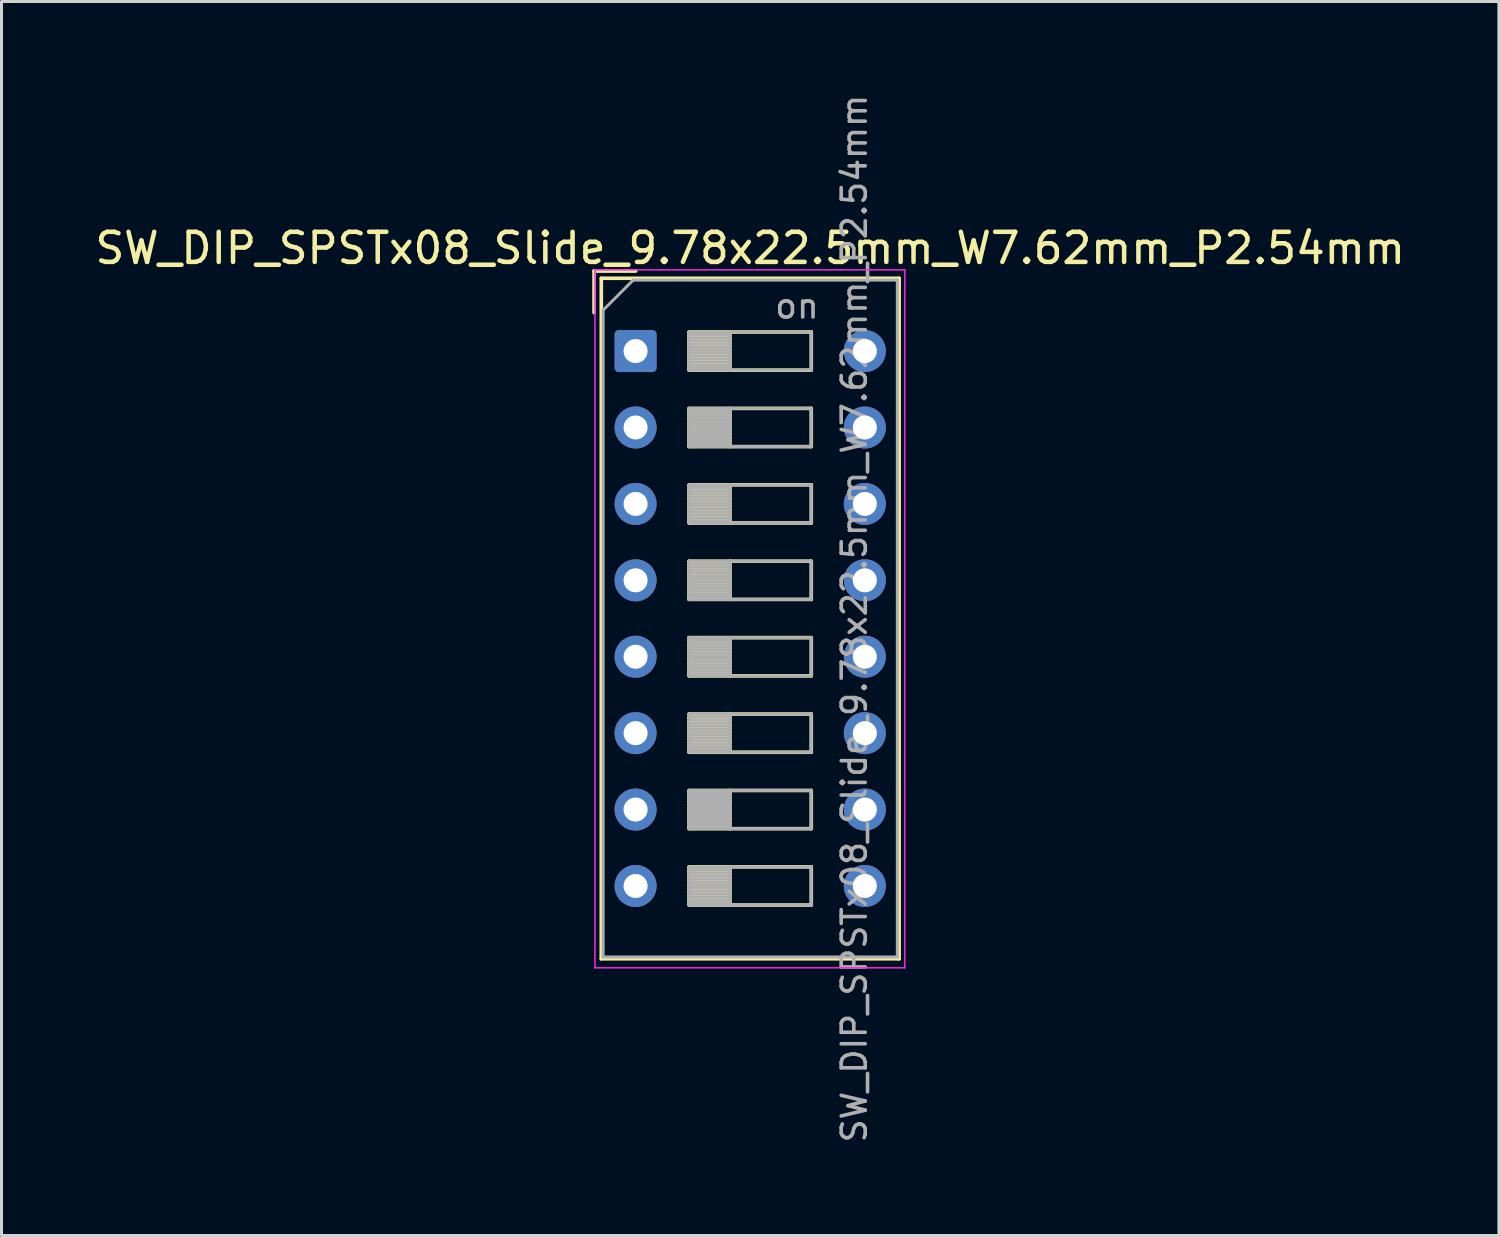
<source format=kicad_pcb>
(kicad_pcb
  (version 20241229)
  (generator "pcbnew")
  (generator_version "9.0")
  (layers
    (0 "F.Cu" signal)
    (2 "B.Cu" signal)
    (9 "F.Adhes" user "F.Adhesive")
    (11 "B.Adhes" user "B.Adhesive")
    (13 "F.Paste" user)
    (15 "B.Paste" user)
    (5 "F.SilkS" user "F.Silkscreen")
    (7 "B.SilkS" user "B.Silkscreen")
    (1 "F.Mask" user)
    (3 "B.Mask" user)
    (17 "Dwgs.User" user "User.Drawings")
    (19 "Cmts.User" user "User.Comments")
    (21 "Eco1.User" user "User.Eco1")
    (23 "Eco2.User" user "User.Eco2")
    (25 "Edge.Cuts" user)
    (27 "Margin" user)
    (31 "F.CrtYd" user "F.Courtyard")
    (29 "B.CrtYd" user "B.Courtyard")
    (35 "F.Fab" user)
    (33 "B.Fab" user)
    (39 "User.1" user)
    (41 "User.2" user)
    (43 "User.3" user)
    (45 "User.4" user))
  (footprint "SW_DIP_SPSTx08_Slide_9.78x22.5mm_W7.62mm_P2.54mm"
    (layer "F.Cu")
    (at 18.077 8.62)
    (property "Reference" "SW_DIP_SPSTx08_Slide_9.78x22.5mm_W7.62mm_P2.54mm" (at 3.81 -3.42 0) (layer "F.SilkS") (effects (font (size 1 1) (thickness 0.15))))
    (attr through_hole)
    (fp_line (start -1.38 -2.66) (end -1.38 -1.277) (stroke (width 0.12) (type solid)) (layer "F.SilkS"))
    (fp_line (start -1.38 -2.66) (end 0.004 -2.66) (stroke (width 0.12) (type solid)) (layer "F.SilkS"))
    (fp_line (start -1.14 -2.42) (end -1.14 20.201) (stroke (width 0.12) (type solid)) (layer "F.SilkS"))
    (fp_line (start -1.14 -2.42) (end 8.76 -2.42) (stroke (width 0.12) (type solid)) (layer "F.SilkS"))
    (fp_line (start -1.14 20.201) (end 8.76 20.201) (stroke (width 0.12) (type solid)) (layer "F.SilkS"))
    (fp_line (start 1.78 -0.635) (end 1.78 0.635) (stroke (width 0.12) (type solid)) (layer "F.SilkS"))
    (fp_line (start 1.78 -0.515) (end 3.133 -0.515) (stroke (width 0.12) (type solid)) (layer "F.SilkS"))
    (fp_line (start 1.78 -0.395) (end 3.133 -0.395) (stroke (width 0.12) (type solid)) (layer "F.SilkS"))
    (fp_line (start 1.78 -0.275) (end 3.133 -0.275) (stroke (width 0.12) (type solid)) (layer "F.SilkS"))
    (fp_line (start 1.78 -0.155) (end 3.133 -0.155) (stroke (width 0.12) (type solid)) (layer "F.SilkS"))
    (fp_line (start 1.78 -0.035) (end 3.133 -0.035) (stroke (width 0.12) (type solid)) (layer "F.SilkS"))
    (fp_line (start 1.78 0.085) (end 3.133 0.085) (stroke (width 0.12) (type solid)) (layer "F.SilkS"))
    (fp_line (start 1.78 0.205) (end 3.133 0.205) (stroke (width 0.12) (type solid)) (layer "F.SilkS"))
    (fp_line (start 1.78 0.325) (end 3.133 0.325) (stroke (width 0.12) (type solid)) (layer "F.SilkS"))
    (fp_line (start 1.78 0.445) (end 3.133 0.445) (stroke (width 0.12) (type solid)) (layer "F.SilkS"))
    (fp_line (start 1.78 0.565) (end 3.133 0.565) (stroke (width 0.12) (type solid)) (layer "F.SilkS"))
    (fp_line (start 1.78 0.635) (end 5.84 0.635) (stroke (width 0.12) (type solid)) (layer "F.SilkS"))
    (fp_line (start 1.78 1.905) (end 1.78 3.175) (stroke (width 0.12) (type solid)) (layer "F.SilkS"))
    (fp_line (start 1.78 2.025) (end 3.133 2.025) (stroke (width 0.12) (type solid)) (layer "F.SilkS"))
    (fp_line (start 1.78 2.145) (end 3.133 2.145) (stroke (width 0.12) (type solid)) (layer "F.SilkS"))
    (fp_line (start 1.78 2.265) (end 3.133 2.265) (stroke (width 0.12) (type solid)) (layer "F.SilkS"))
    (fp_line (start 1.78 2.385) (end 3.133 2.385) (stroke (width 0.12) (type solid)) (layer "F.SilkS"))
    (fp_line (start 1.78 2.505) (end 3.133 2.505) (stroke (width 0.12) (type solid)) (layer "F.SilkS"))
    (fp_line (start 1.78 2.625) (end 3.133 2.625) (stroke (width 0.12) (type solid)) (layer "F.SilkS"))
    (fp_line (start 1.78 2.745) (end 3.133 2.745) (stroke (width 0.12) (type solid)) (layer "F.SilkS"))
    (fp_line (start 1.78 2.865) (end 3.133 2.865) (stroke (width 0.12) (type solid)) (layer "F.SilkS"))
    (fp_line (start 1.78 2.985) (end 3.133 2.985) (stroke (width 0.12) (type solid)) (layer "F.SilkS"))
    (fp_line (start 1.78 3.105) (end 3.133 3.105) (stroke (width 0.12) (type solid)) (layer "F.SilkS"))
    (fp_line (start 1.78 3.175) (end 5.84 3.175) (stroke (width 0.12) (type solid)) (layer "F.SilkS"))
    (fp_line (start 1.78 4.445) (end 1.78 5.715) (stroke (width 0.12) (type solid)) (layer "F.SilkS"))
    (fp_line (start 1.78 4.565) (end 3.133 4.565) (stroke (width 0.12) (type solid)) (layer "F.SilkS"))
    (fp_line (start 1.78 4.685) (end 3.133 4.685) (stroke (width 0.12) (type solid)) (layer "F.SilkS"))
    (fp_line (start 1.78 4.805) (end 3.133 4.805) (stroke (width 0.12) (type solid)) (layer "F.SilkS"))
    (fp_line (start 1.78 4.925) (end 3.133 4.925) (stroke (width 0.12) (type solid)) (layer "F.SilkS"))
    (fp_line (start 1.78 5.045) (end 3.133 5.045) (stroke (width 0.12) (type solid)) (layer "F.SilkS"))
    (fp_line (start 1.78 5.165) (end 3.133 5.165) (stroke (width 0.12) (type solid)) (layer "F.SilkS"))
    (fp_line (start 1.78 5.285) (end 3.133 5.285) (stroke (width 0.12) (type solid)) (layer "F.SilkS"))
    (fp_line (start 1.78 5.405) (end 3.133 5.405) (stroke (width 0.12) (type solid)) (layer "F.SilkS"))
    (fp_line (start 1.78 5.525) (end 3.133 5.525) (stroke (width 0.12) (type solid)) (layer "F.SilkS"))
    (fp_line (start 1.78 5.645) (end 3.133 5.645) (stroke (width 0.12) (type solid)) (layer "F.SilkS"))
    (fp_line (start 1.78 5.715) (end 5.84 5.715) (stroke (width 0.12) (type solid)) (layer "F.SilkS"))
    (fp_line (start 1.78 6.985) (end 1.78 8.255) (stroke (width 0.12) (type solid)) (layer "F.SilkS"))
    (fp_line (start 1.78 7.105) (end 3.133 7.105) (stroke (width 0.12) (type solid)) (layer "F.SilkS"))
    (fp_line (start 1.78 7.225) (end 3.133 7.225) (stroke (width 0.12) (type solid)) (layer "F.SilkS"))
    (fp_line (start 1.78 7.345) (end 3.133 7.345) (stroke (width 0.12) (type solid)) (layer "F.SilkS"))
    (fp_line (start 1.78 7.465) (end 3.133 7.465) (stroke (width 0.12) (type solid)) (layer "F.SilkS"))
    (fp_line (start 1.78 7.585) (end 3.133 7.585) (stroke (width 0.12) (type solid)) (layer "F.SilkS"))
    (fp_line (start 1.78 7.705) (end 3.133 7.705) (stroke (width 0.12) (type solid)) (layer "F.SilkS"))
    (fp_line (start 1.78 7.825) (end 3.133 7.825) (stroke (width 0.12) (type solid)) (layer "F.SilkS"))
    (fp_line (start 1.78 7.945) (end 3.133 7.945) (stroke (width 0.12) (type solid)) (layer "F.SilkS"))
    (fp_line (start 1.78 8.065) (end 3.133 8.065) (stroke (width 0.12) (type solid)) (layer "F.SilkS"))
    (fp_line (start 1.78 8.185) (end 3.133 8.185) (stroke (width 0.12) (type solid)) (layer "F.SilkS"))
    (fp_line (start 1.78 8.255) (end 5.84 8.255) (stroke (width 0.12) (type solid)) (layer "F.SilkS"))
    (fp_line (start 1.78 9.525) (end 1.78 10.795) (stroke (width 0.12) (type solid)) (layer "F.SilkS"))
    (fp_line (start 1.78 9.645) (end 3.133 9.645) (stroke (width 0.12) (type solid)) (layer "F.SilkS"))
    (fp_line (start 1.78 9.765) (end 3.133 9.765) (stroke (width 0.12) (type solid)) (layer "F.SilkS"))
    (fp_line (start 1.78 9.885) (end 3.133 9.885) (stroke (width 0.12) (type solid)) (layer "F.SilkS"))
    (fp_line (start 1.78 10.005) (end 3.133 10.005) (stroke (width 0.12) (type solid)) (layer "F.SilkS"))
    (fp_line (start 1.78 10.125) (end 3.133 10.125) (stroke (width 0.12) (type solid)) (layer "F.SilkS"))
    (fp_line (start 1.78 10.245) (end 3.133 10.245) (stroke (width 0.12) (type solid)) (layer "F.SilkS"))
    (fp_line (start 1.78 10.365) (end 3.133 10.365) (stroke (width 0.12) (type solid)) (layer "F.SilkS"))
    (fp_line (start 1.78 10.485) (end 3.133 10.485) (stroke (width 0.12) (type solid)) (layer "F.SilkS"))
    (fp_line (start 1.78 10.605) (end 3.133 10.605) (stroke (width 0.12) (type solid)) (layer "F.SilkS"))
    (fp_line (start 1.78 10.725) (end 3.133 10.725) (stroke (width 0.12) (type solid)) (layer "F.SilkS"))
    (fp_line (start 1.78 10.795) (end 5.84 10.795) (stroke (width 0.12) (type solid)) (layer "F.SilkS"))
    (fp_line (start 1.78 12.065) (end 1.78 13.335) (stroke (width 0.12) (type solid)) (layer "F.SilkS"))
    (fp_line (start 1.78 12.185) (end 3.133 12.185) (stroke (width 0.12) (type solid)) (layer "F.SilkS"))
    (fp_line (start 1.78 12.305) (end 3.133 12.305) (stroke (width 0.12) (type solid)) (layer "F.SilkS"))
    (fp_line (start 1.78 12.425) (end 3.133 12.425) (stroke (width 0.12) (type solid)) (layer "F.SilkS"))
    (fp_line (start 1.78 12.545) (end 3.133 12.545) (stroke (width 0.12) (type solid)) (layer "F.SilkS"))
    (fp_line (start 1.78 12.665) (end 3.133 12.665) (stroke (width 0.12) (type solid)) (layer "F.SilkS"))
    (fp_line (start 1.78 12.785) (end 3.133 12.785) (stroke (width 0.12) (type solid)) (layer "F.SilkS"))
    (fp_line (start 1.78 12.905) (end 3.133 12.905) (stroke (width 0.12) (type solid)) (layer "F.SilkS"))
    (fp_line (start 1.78 13.025) (end 3.133 13.025) (stroke (width 0.12) (type solid)) (layer "F.SilkS"))
    (fp_line (start 1.78 13.145) (end 3.133 13.145) (stroke (width 0.12) (type solid)) (layer "F.SilkS"))
    (fp_line (start 1.78 13.265) (end 3.133 13.265) (stroke (width 0.12) (type solid)) (layer "F.SilkS"))
    (fp_line (start 1.78 13.335) (end 5.84 13.335) (stroke (width 0.12) (type solid)) (layer "F.SilkS"))
    (fp_line (start 1.78 14.605) (end 1.78 15.875) (stroke (width 0.12) (type solid)) (layer "F.SilkS"))
    (fp_line (start 1.78 14.725) (end 3.133 14.725) (stroke (width 0.12) (type solid)) (layer "F.SilkS"))
    (fp_line (start 1.78 14.845) (end 3.133 14.845) (stroke (width 0.12) (type solid)) (layer "F.SilkS"))
    (fp_line (start 1.78 14.965) (end 3.133 14.965) (stroke (width 0.12) (type solid)) (layer "F.SilkS"))
    (fp_line (start 1.78 15.085) (end 3.133 15.085) (stroke (width 0.12) (type solid)) (layer "F.SilkS"))
    (fp_line (start 1.78 15.205) (end 3.133 15.205) (stroke (width 0.12) (type solid)) (layer "F.SilkS"))
    (fp_line (start 1.78 15.325) (end 3.133 15.325) (stroke (width 0.12) (type solid)) (layer "F.SilkS"))
    (fp_line (start 1.78 15.445) (end 3.133 15.445) (stroke (width 0.12) (type solid)) (layer "F.SilkS"))
    (fp_line (start 1.78 15.565) (end 3.133 15.565) (stroke (width 0.12) (type solid)) (layer "F.SilkS"))
    (fp_line (start 1.78 15.685) (end 3.133 15.685) (stroke (width 0.12) (type solid)) (layer "F.SilkS"))
    (fp_line (start 1.78 15.805) (end 3.133 15.805) (stroke (width 0.12) (type solid)) (layer "F.SilkS"))
    (fp_line (start 1.78 15.875) (end 5.84 15.875) (stroke (width 0.12) (type solid)) (layer "F.SilkS"))
    (fp_line (start 1.78 17.145) (end 1.78 18.415) (stroke (width 0.12) (type solid)) (layer "F.SilkS"))
    (fp_line (start 1.78 17.265) (end 3.133 17.265) (stroke (width 0.12) (type solid)) (layer "F.SilkS"))
    (fp_line (start 1.78 17.385) (end 3.133 17.385) (stroke (width 0.12) (type solid)) (layer "F.SilkS"))
    (fp_line (start 1.78 17.505) (end 3.133 17.505) (stroke (width 0.12) (type solid)) (layer "F.SilkS"))
    (fp_line (start 1.78 17.625) (end 3.133 17.625) (stroke (width 0.12) (type solid)) (layer "F.SilkS"))
    (fp_line (start 1.78 17.745) (end 3.133 17.745) (stroke (width 0.12) (type solid)) (layer "F.SilkS"))
    (fp_line (start 1.78 17.865) (end 3.133 17.865) (stroke (width 0.12) (type solid)) (layer "F.SilkS"))
    (fp_line (start 1.78 17.985) (end 3.133 17.985) (stroke (width 0.12) (type solid)) (layer "F.SilkS"))
    (fp_line (start 1.78 18.105) (end 3.133 18.105) (stroke (width 0.12) (type solid)) (layer "F.SilkS"))
    (fp_line (start 1.78 18.225) (end 3.133 18.225) (stroke (width 0.12) (type solid)) (layer "F.SilkS"))
    (fp_line (start 1.78 18.345) (end 3.133 18.345) (stroke (width 0.12) (type solid)) (layer "F.SilkS"))
    (fp_line (start 1.78 18.415) (end 5.84 18.415) (stroke (width 0.12) (type solid)) (layer "F.SilkS"))
    (fp_line (start 3.133 -0.635) (end 3.133 0.635) (stroke (width 0.12) (type solid)) (layer "F.SilkS"))
    (fp_line (start 3.133 1.905) (end 3.133 3.175) (stroke (width 0.12) (type solid)) (layer "F.SilkS"))
    (fp_line (start 3.133 4.445) (end 3.133 5.715) (stroke (width 0.12) (type solid)) (layer "F.SilkS"))
    (fp_line (start 3.133 6.985) (end 3.133 8.255) (stroke (width 0.12) (type solid)) (layer "F.SilkS"))
    (fp_line (start 3.133 9.525) (end 3.133 10.795) (stroke (width 0.12) (type solid)) (layer "F.SilkS"))
    (fp_line (start 3.133 12.065) (end 3.133 13.335) (stroke (width 0.12) (type solid)) (layer "F.SilkS"))
    (fp_line (start 3.133 14.605) (end 3.133 15.875) (stroke (width 0.12) (type solid)) (layer "F.SilkS"))
    (fp_line (start 3.133 17.145) (end 3.133 18.415) (stroke (width 0.12) (type solid)) (layer "F.SilkS"))
    (fp_line (start 5.84 -0.635) (end 1.78 -0.635) (stroke (width 0.12) (type solid)) (layer "F.SilkS"))
    (fp_line (start 5.84 0.635) (end 5.84 -0.635) (stroke (width 0.12) (type solid)) (layer "F.SilkS"))
    (fp_line (start 5.84 1.905) (end 1.78 1.905) (stroke (width 0.12) (type solid)) (layer "F.SilkS"))
    (fp_line (start 5.84 3.175) (end 5.84 1.905) (stroke (width 0.12) (type solid)) (layer "F.SilkS"))
    (fp_line (start 5.84 4.445) (end 1.78 4.445) (stroke (width 0.12) (type solid)) (layer "F.SilkS"))
    (fp_line (start 5.84 5.715) (end 5.84 4.445) (stroke (width 0.12) (type solid)) (layer "F.SilkS"))
    (fp_line (start 5.84 6.985) (end 1.78 6.985) (stroke (width 0.12) (type solid)) (layer "F.SilkS"))
    (fp_line (start 5.84 8.255) (end 5.84 6.985) (stroke (width 0.12) (type solid)) (layer "F.SilkS"))
    (fp_line (start 5.84 9.525) (end 1.78 9.525) (stroke (width 0.12) (type solid)) (layer "F.SilkS"))
    (fp_line (start 5.84 10.795) (end 5.84 9.525) (stroke (width 0.12) (type solid)) (layer "F.SilkS"))
    (fp_line (start 5.84 12.065) (end 1.78 12.065) (stroke (width 0.12) (type solid)) (layer "F.SilkS"))
    (fp_line (start 5.84 13.335) (end 5.84 12.065) (stroke (width 0.12) (type solid)) (layer "F.SilkS"))
    (fp_line (start 5.84 14.605) (end 1.78 14.605) (stroke (width 0.12) (type solid)) (layer "F.SilkS"))
    (fp_line (start 5.84 15.875) (end 5.84 14.605) (stroke (width 0.12) (type solid)) (layer "F.SilkS"))
    (fp_line (start 5.84 17.145) (end 1.78 17.145) (stroke (width 0.12) (type solid)) (layer "F.SilkS"))
    (fp_line (start 5.84 18.415) (end 5.84 17.145) (stroke (width 0.12) (type solid)) (layer "F.SilkS"))
    (fp_line (start 8.76 -2.42) (end 8.76 20.201) (stroke (width 0.12) (type solid)) (layer "F.SilkS"))
    (fp_line (start -1.35 -2.7) (end -1.35 20.5) (stroke (width 0.05) (type solid)) (layer "F.CrtYd"))
    (fp_line (start -1.35 20.5) (end 8.95 20.5) (stroke (width 0.05) (type solid)) (layer "F.CrtYd"))
    (fp_line (start 8.95 -2.7) (end -1.35 -2.7) (stroke (width 0.05) (type solid)) (layer "F.CrtYd"))
    (fp_line (start 8.95 20.5) (end 8.95 -2.7) (stroke (width 0.05) (type solid)) (layer "F.CrtYd"))
    (fp_line (start -1.08 -1.36) (end -0.08 -2.36) (stroke (width 0.1) (type solid)) (layer "F.Fab"))
    (fp_line (start -1.08 20.14) (end -1.08 -1.36) (stroke (width 0.1) (type solid)) (layer "F.Fab"))
    (fp_line (start -0.08 -2.36) (end 8.7 -2.36) (stroke (width 0.1) (type solid)) (layer "F.Fab"))
    (fp_line (start 1.78 -0.635) (end 1.78 0.635) (stroke (width 0.1) (type solid)) (layer "F.Fab"))
    (fp_line (start 1.78 -0.535) (end 3.133 -0.535) (stroke (width 0.1) (type solid)) (layer "F.Fab"))
    (fp_line (start 1.78 -0.435) (end 3.133 -0.435) (stroke (width 0.1) (type solid)) (layer "F.Fab"))
    (fp_line (start 1.78 -0.335) (end 3.133 -0.335) (stroke (width 0.1) (type solid)) (layer "F.Fab"))
    (fp_line (start 1.78 -0.235) (end 3.133 -0.235) (stroke (width 0.1) (type solid)) (layer "F.Fab"))
    (fp_line (start 1.78 -0.135) (end 3.133 -0.135) (stroke (width 0.1) (type solid)) (layer "F.Fab"))
    (fp_line (start 1.78 -0.035) (end 3.133 -0.035) (stroke (width 0.1) (type solid)) (layer "F.Fab"))
    (fp_line (start 1.78 0.065) (end 3.133 0.065) (stroke (width 0.1) (type solid)) (layer "F.Fab"))
    (fp_line (start 1.78 0.165) (end 3.133 0.165) (stroke (width 0.1) (type solid)) (layer "F.Fab"))
    (fp_line (start 1.78 0.265) (end 3.133 0.265) (stroke (width 0.1) (type solid)) (layer "F.Fab"))
    (fp_line (start 1.78 0.365) (end 3.133 0.365) (stroke (width 0.1) (type solid)) (layer "F.Fab"))
    (fp_line (start 1.78 0.465) (end 3.133 0.465) (stroke (width 0.1) (type solid)) (layer "F.Fab"))
    (fp_line (start 1.78 0.565) (end 3.133 0.565) (stroke (width 0.1) (type solid)) (layer "F.Fab"))
    (fp_line (start 1.78 0.635) (end 5.84 0.635) (stroke (width 0.1) (type solid)) (layer "F.Fab"))
    (fp_line (start 1.78 1.905) (end 1.78 3.175) (stroke (width 0.1) (type solid)) (layer "F.Fab"))
    (fp_line (start 1.78 2.005) (end 3.133 2.005) (stroke (width 0.1) (type solid)) (layer "F.Fab"))
    (fp_line (start 1.78 2.105) (end 3.133 2.105) (stroke (width 0.1) (type solid)) (layer "F.Fab"))
    (fp_line (start 1.78 2.205) (end 3.133 2.205) (stroke (width 0.1) (type solid)) (layer "F.Fab"))
    (fp_line (start 1.78 2.305) (end 3.133 2.305) (stroke (width 0.1) (type solid)) (layer "F.Fab"))
    (fp_line (start 1.78 2.405) (end 3.133 2.405) (stroke (width 0.1) (type solid)) (layer "F.Fab"))
    (fp_line (start 1.78 2.505) (end 3.133 2.505) (stroke (width 0.1) (type solid)) (layer "F.Fab"))
    (fp_line (start 1.78 2.605) (end 3.133 2.605) (stroke (width 0.1) (type solid)) (layer "F.Fab"))
    (fp_line (start 1.78 2.705) (end 3.133 2.705) (stroke (width 0.1) (type solid)) (layer "F.Fab"))
    (fp_line (start 1.78 2.805) (end 3.133 2.805) (stroke (width 0.1) (type solid)) (layer "F.Fab"))
    (fp_line (start 1.78 2.905) (end 3.133 2.905) (stroke (width 0.1) (type solid)) (layer "F.Fab"))
    (fp_line (start 1.78 3.005) (end 3.133 3.005) (stroke (width 0.1) (type solid)) (layer "F.Fab"))
    (fp_line (start 1.78 3.105) (end 3.133 3.105) (stroke (width 0.1) (type solid)) (layer "F.Fab"))
    (fp_line (start 1.78 3.175) (end 5.84 3.175) (stroke (width 0.1) (type solid)) (layer "F.Fab"))
    (fp_line (start 1.78 4.445) (end 1.78 5.715) (stroke (width 0.1) (type solid)) (layer "F.Fab"))
    (fp_line (start 1.78 4.545) (end 3.133 4.545) (stroke (width 0.1) (type solid)) (layer "F.Fab"))
    (fp_line (start 1.78 4.645) (end 3.133 4.645) (stroke (width 0.1) (type solid)) (layer "F.Fab"))
    (fp_line (start 1.78 4.745) (end 3.133 4.745) (stroke (width 0.1) (type solid)) (layer "F.Fab"))
    (fp_line (start 1.78 4.845) (end 3.133 4.845) (stroke (width 0.1) (type solid)) (layer "F.Fab"))
    (fp_line (start 1.78 4.945) (end 3.133 4.945) (stroke (width 0.1) (type solid)) (layer "F.Fab"))
    (fp_line (start 1.78 5.045) (end 3.133 5.045) (stroke (width 0.1) (type solid)) (layer "F.Fab"))
    (fp_line (start 1.78 5.145) (end 3.133 5.145) (stroke (width 0.1) (type solid)) (layer "F.Fab"))
    (fp_line (start 1.78 5.245) (end 3.133 5.245) (stroke (width 0.1) (type solid)) (layer "F.Fab"))
    (fp_line (start 1.78 5.345) (end 3.133 5.345) (stroke (width 0.1) (type solid)) (layer "F.Fab"))
    (fp_line (start 1.78 5.445) (end 3.133 5.445) (stroke (width 0.1) (type solid)) (layer "F.Fab"))
    (fp_line (start 1.78 5.545) (end 3.133 5.545) (stroke (width 0.1) (type solid)) (layer "F.Fab"))
    (fp_line (start 1.78 5.645) (end 3.133 5.645) (stroke (width 0.1) (type solid)) (layer "F.Fab"))
    (fp_line (start 1.78 5.715) (end 5.84 5.715) (stroke (width 0.1) (type solid)) (layer "F.Fab"))
    (fp_line (start 1.78 6.985) (end 1.78 8.255) (stroke (width 0.1) (type solid)) (layer "F.Fab"))
    (fp_line (start 1.78 7.085) (end 3.133 7.085) (stroke (width 0.1) (type solid)) (layer "F.Fab"))
    (fp_line (start 1.78 7.185) (end 3.133 7.185) (stroke (width 0.1) (type solid)) (layer "F.Fab"))
    (fp_line (start 1.78 7.285) (end 3.133 7.285) (stroke (width 0.1) (type solid)) (layer "F.Fab"))
    (fp_line (start 1.78 7.385) (end 3.133 7.385) (stroke (width 0.1) (type solid)) (layer "F.Fab"))
    (fp_line (start 1.78 7.485) (end 3.133 7.485) (stroke (width 0.1) (type solid)) (layer "F.Fab"))
    (fp_line (start 1.78 7.585) (end 3.133 7.585) (stroke (width 0.1) (type solid)) (layer "F.Fab"))
    (fp_line (start 1.78 7.685) (end 3.133 7.685) (stroke (width 0.1) (type solid)) (layer "F.Fab"))
    (fp_line (start 1.78 7.785) (end 3.133 7.785) (stroke (width 0.1) (type solid)) (layer "F.Fab"))
    (fp_line (start 1.78 7.885) (end 3.133 7.885) (stroke (width 0.1) (type solid)) (layer "F.Fab"))
    (fp_line (start 1.78 7.985) (end 3.133 7.985) (stroke (width 0.1) (type solid)) (layer "F.Fab"))
    (fp_line (start 1.78 8.085) (end 3.133 8.085) (stroke (width 0.1) (type solid)) (layer "F.Fab"))
    (fp_line (start 1.78 8.185) (end 3.133 8.185) (stroke (width 0.1) (type solid)) (layer "F.Fab"))
    (fp_line (start 1.78 8.255) (end 5.84 8.255) (stroke (width 0.1) (type solid)) (layer "F.Fab"))
    (fp_line (start 1.78 9.525) (end 1.78 10.795) (stroke (width 0.1) (type solid)) (layer "F.Fab"))
    (fp_line (start 1.78 9.625) (end 3.133 9.625) (stroke (width 0.1) (type solid)) (layer "F.Fab"))
    (fp_line (start 1.78 9.725) (end 3.133 9.725) (stroke (width 0.1) (type solid)) (layer "F.Fab"))
    (fp_line (start 1.78 9.825) (end 3.133 9.825) (stroke (width 0.1) (type solid)) (layer "F.Fab"))
    (fp_line (start 1.78 9.925) (end 3.133 9.925) (stroke (width 0.1) (type solid)) (layer "F.Fab"))
    (fp_line (start 1.78 10.025) (end 3.133 10.025) (stroke (width 0.1) (type solid)) (layer "F.Fab"))
    (fp_line (start 1.78 10.125) (end 3.133 10.125) (stroke (width 0.1) (type solid)) (layer "F.Fab"))
    (fp_line (start 1.78 10.225) (end 3.133 10.225) (stroke (width 0.1) (type solid)) (layer "F.Fab"))
    (fp_line (start 1.78 10.325) (end 3.133 10.325) (stroke (width 0.1) (type solid)) (layer "F.Fab"))
    (fp_line (start 1.78 10.425) (end 3.133 10.425) (stroke (width 0.1) (type solid)) (layer "F.Fab"))
    (fp_line (start 1.78 10.525) (end 3.133 10.525) (stroke (width 0.1) (type solid)) (layer "F.Fab"))
    (fp_line (start 1.78 10.625) (end 3.133 10.625) (stroke (width 0.1) (type solid)) (layer "F.Fab"))
    (fp_line (start 1.78 10.725) (end 3.133 10.725) (stroke (width 0.1) (type solid)) (layer "F.Fab"))
    (fp_line (start 1.78 10.795) (end 5.84 10.795) (stroke (width 0.1) (type solid)) (layer "F.Fab"))
    (fp_line (start 1.78 12.065) (end 1.78 13.335) (stroke (width 0.1) (type solid)) (layer "F.Fab"))
    (fp_line (start 1.78 12.165) (end 3.133 12.165) (stroke (width 0.1) (type solid)) (layer "F.Fab"))
    (fp_line (start 1.78 12.265) (end 3.133 12.265) (stroke (width 0.1) (type solid)) (layer "F.Fab"))
    (fp_line (start 1.78 12.365) (end 3.133 12.365) (stroke (width 0.1) (type solid)) (layer "F.Fab"))
    (fp_line (start 1.78 12.465) (end 3.133 12.465) (stroke (width 0.1) (type solid)) (layer "F.Fab"))
    (fp_line (start 1.78 12.565) (end 3.133 12.565) (stroke (width 0.1) (type solid)) (layer "F.Fab"))
    (fp_line (start 1.78 12.665) (end 3.133 12.665) (stroke (width 0.1) (type solid)) (layer "F.Fab"))
    (fp_line (start 1.78 12.765) (end 3.133 12.765) (stroke (width 0.1) (type solid)) (layer "F.Fab"))
    (fp_line (start 1.78 12.865) (end 3.133 12.865) (stroke (width 0.1) (type solid)) (layer "F.Fab"))
    (fp_line (start 1.78 12.965) (end 3.133 12.965) (stroke (width 0.1) (type solid)) (layer "F.Fab"))
    (fp_line (start 1.78 13.065) (end 3.133 13.065) (stroke (width 0.1) (type solid)) (layer "F.Fab"))
    (fp_line (start 1.78 13.165) (end 3.133 13.165) (stroke (width 0.1) (type solid)) (layer "F.Fab"))
    (fp_line (start 1.78 13.265) (end 3.133 13.265) (stroke (width 0.1) (type solid)) (layer "F.Fab"))
    (fp_line (start 1.78 13.335) (end 5.84 13.335) (stroke (width 0.1) (type solid)) (layer "F.Fab"))
    (fp_line (start 1.78 14.605) (end 1.78 15.875) (stroke (width 0.1) (type solid)) (layer "F.Fab"))
    (fp_line (start 1.78 14.705) (end 3.133 14.705) (stroke (width 0.1) (type solid)) (layer "F.Fab"))
    (fp_line (start 1.78 14.805) (end 3.133 14.805) (stroke (width 0.1) (type solid)) (layer "F.Fab"))
    (fp_line (start 1.78 14.905) (end 3.133 14.905) (stroke (width 0.1) (type solid)) (layer "F.Fab"))
    (fp_line (start 1.78 15.005) (end 3.133 15.005) (stroke (width 0.1) (type solid)) (layer "F.Fab"))
    (fp_line (start 1.78 15.105) (end 3.133 15.105) (stroke (width 0.1) (type solid)) (layer "F.Fab"))
    (fp_line (start 1.78 15.205) (end 3.133 15.205) (stroke (width 0.1) (type solid)) (layer "F.Fab"))
    (fp_line (start 1.78 15.305) (end 3.133 15.305) (stroke (width 0.1) (type solid)) (layer "F.Fab"))
    (fp_line (start 1.78 15.405) (end 3.133 15.405) (stroke (width 0.1) (type solid)) (layer "F.Fab"))
    (fp_line (start 1.78 15.505) (end 3.133 15.505) (stroke (width 0.1) (type solid)) (layer "F.Fab"))
    (fp_line (start 1.78 15.605) (end 3.133 15.605) (stroke (width 0.1) (type solid)) (layer "F.Fab"))
    (fp_line (start 1.78 15.705) (end 3.133 15.705) (stroke (width 0.1) (type solid)) (layer "F.Fab"))
    (fp_line (start 1.78 15.805) (end 3.133 15.805) (stroke (width 0.1) (type solid)) (layer "F.Fab"))
    (fp_line (start 1.78 15.875) (end 5.84 15.875) (stroke (width 0.1) (type solid)) (layer "F.Fab"))
    (fp_line (start 1.78 17.145) (end 1.78 18.415) (stroke (width 0.1) (type solid)) (layer "F.Fab"))
    (fp_line (start 1.78 17.245) (end 3.133 17.245) (stroke (width 0.1) (type solid)) (layer "F.Fab"))
    (fp_line (start 1.78 17.345) (end 3.133 17.345) (stroke (width 0.1) (type solid)) (layer "F.Fab"))
    (fp_line (start 1.78 17.445) (end 3.133 17.445) (stroke (width 0.1) (type solid)) (layer "F.Fab"))
    (fp_line (start 1.78 17.545) (end 3.133 17.545) (stroke (width 0.1) (type solid)) (layer "F.Fab"))
    (fp_line (start 1.78 17.645) (end 3.133 17.645) (stroke (width 0.1) (type solid)) (layer "F.Fab"))
    (fp_line (start 1.78 17.745) (end 3.133 17.745) (stroke (width 0.1) (type solid)) (layer "F.Fab"))
    (fp_line (start 1.78 17.845) (end 3.133 17.845) (stroke (width 0.1) (type solid)) (layer "F.Fab"))
    (fp_line (start 1.78 17.945) (end 3.133 17.945) (stroke (width 0.1) (type solid)) (layer "F.Fab"))
    (fp_line (start 1.78 18.045) (end 3.133 18.045) (stroke (width 0.1) (type solid)) (layer "F.Fab"))
    (fp_line (start 1.78 18.145) (end 3.133 18.145) (stroke (width 0.1) (type solid)) (layer "F.Fab"))
    (fp_line (start 1.78 18.245) (end 3.133 18.245) (stroke (width 0.1) (type solid)) (layer "F.Fab"))
    (fp_line (start 1.78 18.345) (end 3.133 18.345) (stroke (width 0.1) (type solid)) (layer "F.Fab"))
    (fp_line (start 1.78 18.415) (end 5.84 18.415) (stroke (width 0.1) (type solid)) (layer "F.Fab"))
    (fp_line (start 3.133 -0.635) (end 3.133 0.635) (stroke (width 0.1) (type solid)) (layer "F.Fab"))
    (fp_line (start 3.133 1.905) (end 3.133 3.175) (stroke (width 0.1) (type solid)) (layer "F.Fab"))
    (fp_line (start 3.133 4.445) (end 3.133 5.715) (stroke (width 0.1) (type solid)) (layer "F.Fab"))
    (fp_line (start 3.133 6.985) (end 3.133 8.255) (stroke (width 0.1) (type solid)) (layer "F.Fab"))
    (fp_line (start 3.133 9.525) (end 3.133 10.795) (stroke (width 0.1) (type solid)) (layer "F.Fab"))
    (fp_line (start 3.133 12.065) (end 3.133 13.335) (stroke (width 0.1) (type solid)) (layer "F.Fab"))
    (fp_line (start 3.133 14.605) (end 3.133 15.875) (stroke (width 0.1) (type solid)) (layer "F.Fab"))
    (fp_line (start 3.133 17.145) (end 3.133 18.415) (stroke (width 0.1) (type solid)) (layer "F.Fab"))
    (fp_line (start 5.84 -0.635) (end 1.78 -0.635) (stroke (width 0.1) (type solid)) (layer "F.Fab"))
    (fp_line (start 5.84 0.635) (end 5.84 -0.635) (stroke (width 0.1) (type solid)) (layer "F.Fab"))
    (fp_line (start 5.84 1.905) (end 1.78 1.905) (stroke (width 0.1) (type solid)) (layer "F.Fab"))
    (fp_line (start 5.84 3.175) (end 5.84 1.905) (stroke (width 0.1) (type solid)) (layer "F.Fab"))
    (fp_line (start 5.84 4.445) (end 1.78 4.445) (stroke (width 0.1) (type solid)) (layer "F.Fab"))
    (fp_line (start 5.84 5.715) (end 5.84 4.445) (stroke (width 0.1) (type solid)) (layer "F.Fab"))
    (fp_line (start 5.84 6.985) (end 1.78 6.985) (stroke (width 0.1) (type solid)) (layer "F.Fab"))
    (fp_line (start 5.84 8.255) (end 5.84 6.985) (stroke (width 0.1) (type solid)) (layer "F.Fab"))
    (fp_line (start 5.84 9.525) (end 1.78 9.525) (stroke (width 0.1) (type solid)) (layer "F.Fab"))
    (fp_line (start 5.84 10.795) (end 5.84 9.525) (stroke (width 0.1) (type solid)) (layer "F.Fab"))
    (fp_line (start 5.84 12.065) (end 1.78 12.065) (stroke (width 0.1) (type solid)) (layer "F.Fab"))
    (fp_line (start 5.84 13.335) (end 5.84 12.065) (stroke (width 0.1) (type solid)) (layer "F.Fab"))
    (fp_line (start 5.84 14.605) (end 1.78 14.605) (stroke (width 0.1) (type solid)) (layer "F.Fab"))
    (fp_line (start 5.84 15.875) (end 5.84 14.605) (stroke (width 0.1) (type solid)) (layer "F.Fab"))
    (fp_line (start 5.84 17.145) (end 1.78 17.145) (stroke (width 0.1) (type solid)) (layer "F.Fab"))
    (fp_line (start 5.84 18.415) (end 5.84 17.145) (stroke (width 0.1) (type solid)) (layer "F.Fab"))
    (fp_line (start 8.7 -2.36) (end 8.7 20.14) (stroke (width 0.1) (type solid)) (layer "F.Fab"))
    (fp_line (start 8.7 20.14) (end -1.08 20.14) (stroke (width 0.1) (type solid)) (layer "F.Fab"))
    (fp_text user "on" (at 5.365 -1.498 0) (layer "F.Fab") (effects (font (size 0.8 0.8) (thickness 0.12))))
    (fp_text user "${REFERENCE}" (at 7.27 8.89 90) (layer "F.Fab") (effects (font (size 0.8 0.8) (thickness 0.12))))
    (pad "1" thru_hole roundrect (at 0 0) (size 1.397 1.397) (drill 0.8) (layers "*.Cu" "*.Mask") (roundrect_rratio 0.1))
    (pad "2" thru_hole circle (at 0 2.54) (size 1.397 1.397) (drill 0.8) (layers "*.Cu" "*.Mask"))
    (pad "3" thru_hole circle (at 0 5.08) (size 1.397 1.397) (drill 0.8) (layers "*.Cu" "*.Mask"))
    (pad "4" thru_hole circle (at 0 7.62) (size 1.397 1.397) (drill 0.8) (layers "*.Cu" "*.Mask"))
    (pad "5" thru_hole circle (at 0 10.16) (size 1.397 1.397) (drill 0.8) (layers "*.Cu" "*.Mask"))
    (pad "6" thru_hole circle (at 0 12.7) (size 1.397 1.397) (drill 0.8) (layers "*.Cu" "*.Mask"))
    (pad "7" thru_hole circle (at 0 15.24) (size 1.397 1.397) (drill 0.8) (layers "*.Cu" "*.Mask"))
    (pad "8" thru_hole circle (at 0 17.78) (size 1.397 1.397) (drill 0.8) (layers "*.Cu" "*.Mask"))
    (pad "9" thru_hole circle (at 7.62 17.78) (size 1.397 1.397) (drill 0.8) (layers "*.Cu" "*.Mask"))
    (pad "10" thru_hole circle (at 7.62 15.24) (size 1.397 1.397) (drill 0.8) (layers "*.Cu" "*.Mask"))
    (pad "11" thru_hole circle (at 7.62 12.7) (size 1.397 1.397) (drill 0.8) (layers "*.Cu" "*.Mask"))
    (pad "12" thru_hole circle (at 7.62 10.16) (size 1.397 1.397) (drill 0.8) (layers "*.Cu" "*.Mask"))
    (pad "13" thru_hole circle (at 7.62 7.62) (size 1.397 1.397) (drill 0.8) (layers "*.Cu" "*.Mask"))
    (pad "14" thru_hole circle (at 7.62 5.08) (size 1.397 1.397) (drill 0.8) (layers "*.Cu" "*.Mask"))
    (pad "15" thru_hole circle (at 7.62 2.54) (size 1.397 1.397) (drill 0.8) (layers "*.Cu" "*.Mask"))
    (pad "16" thru_hole circle (at 7.62 0) (size 1.397 1.397) (drill 0.8) (layers "*.Cu" "*.Mask")))
  (gr_rect
    (start -3 -3)
    (end 46.774 38.019)
    (stroke (width 0.1) (type default))
    (fill no)
    (layer "Edge.Cuts")))
</source>
